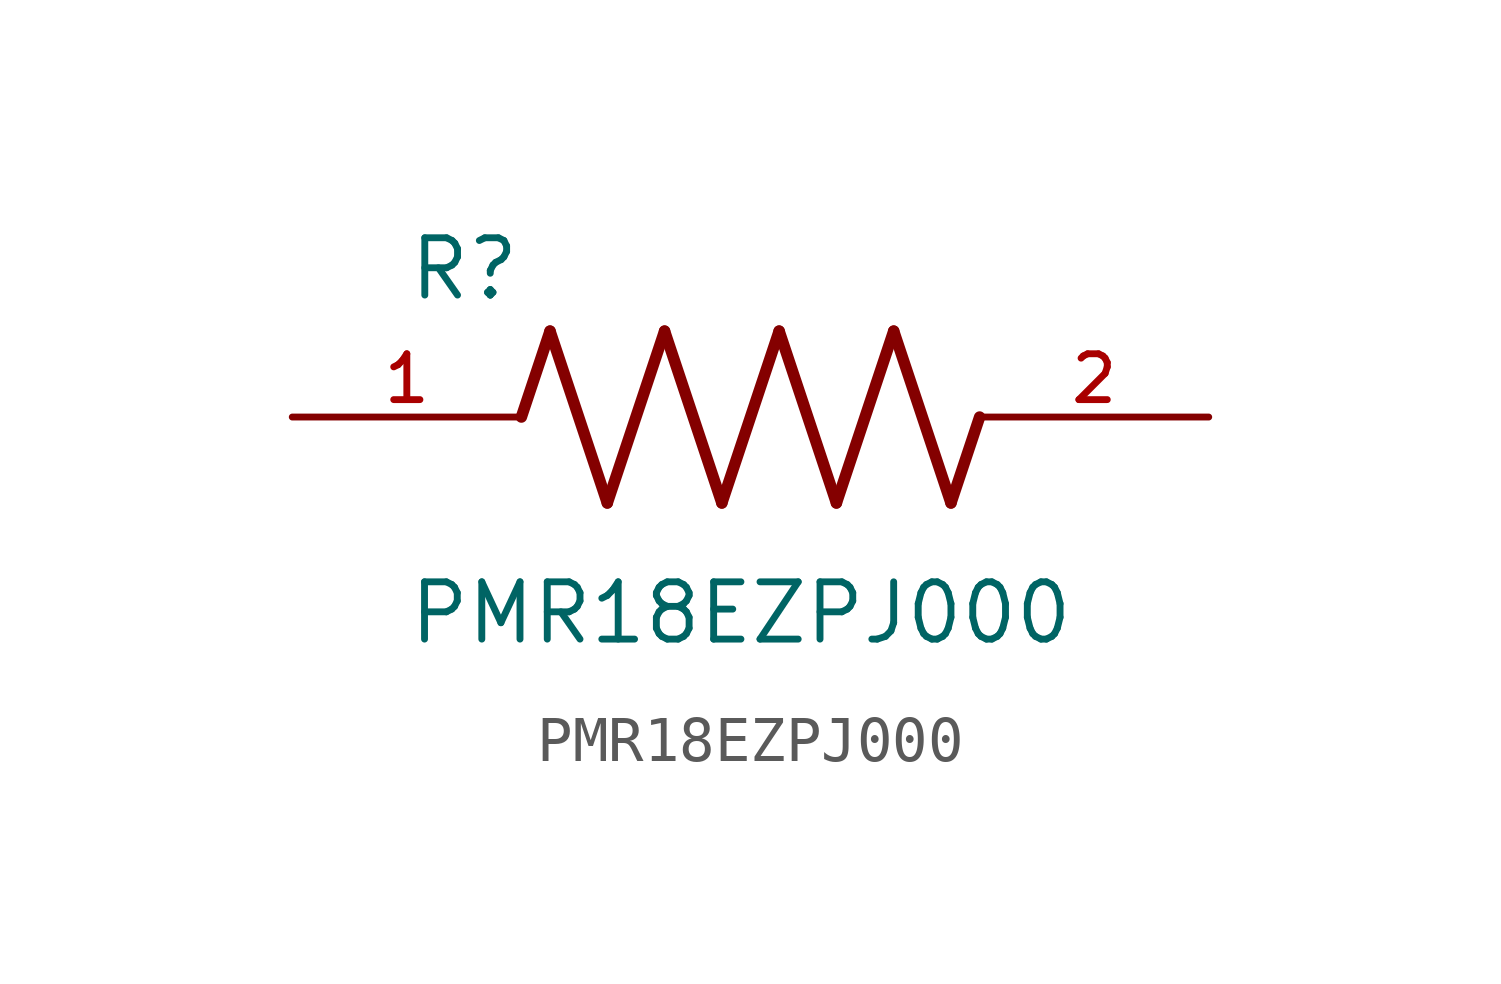
<source format=kicad_sym>
(kicad_symbol_lib
  (version 20211014)
  (generator kicad_symbol_editor)
  (symbol "PMR18EZPJ000"
    (pin_names
      (offset 1.016))
    (property "Reference" "R"
      (at -7.624 2.541 0)
      (effects (font (size 1.27 1.27)) (justify bottom left)))
    (property "Value" "PMR18EZPJ000"
      (at -7.63 -5.087 0)
      (effects (font (size 1.27 1.27)) (justify bottom left)))
    (symbol "PMR18EZPJ000_0_0"
      (polyline (pts (xy -5.08 0.0) (xy -4.445 1.905)) (stroke (width 0.254)))
      (polyline (pts (xy -4.445 1.905) (xy -3.175 -1.905)) (stroke (width 0.254)))
      (polyline (pts (xy -3.175 -1.905) (xy -1.905 1.905)) (stroke (width 0.254)))
      (polyline (pts (xy -1.905 1.905) (xy -0.635 -1.905)) (stroke (width 0.254)))
      (polyline (pts (xy -0.635 -1.905) (xy 0.635 1.905)) (stroke (width 0.254)))
      (polyline (pts (xy 0.635 1.905) (xy 1.905 -1.905)) (stroke (width 0.254)))
      (polyline (pts (xy 1.905 -1.905) (xy 3.175 1.905)) (stroke (width 0.254)))
      (polyline (pts (xy 3.175 1.905) (xy 4.445 -1.905)) (stroke (width 0.254)))
      (polyline (pts (xy 4.445 -1.905) (xy 5.08 0.0)) (stroke (width 0.254)))
      (pin passive line (at -10.16 0.0 0) (length 5.08) (name "~" (effects (font (size 1.016 1.016)))) (number "1" (effects (font (size 1.016 1.016)))))
      (pin passive line (at 10.16 0.0 180.0) (length 5.08) (name "~" (effects (font (size 1.016 1.016)))) (number "2" (effects (font (size 1.016 1.016))))))))
</source>
